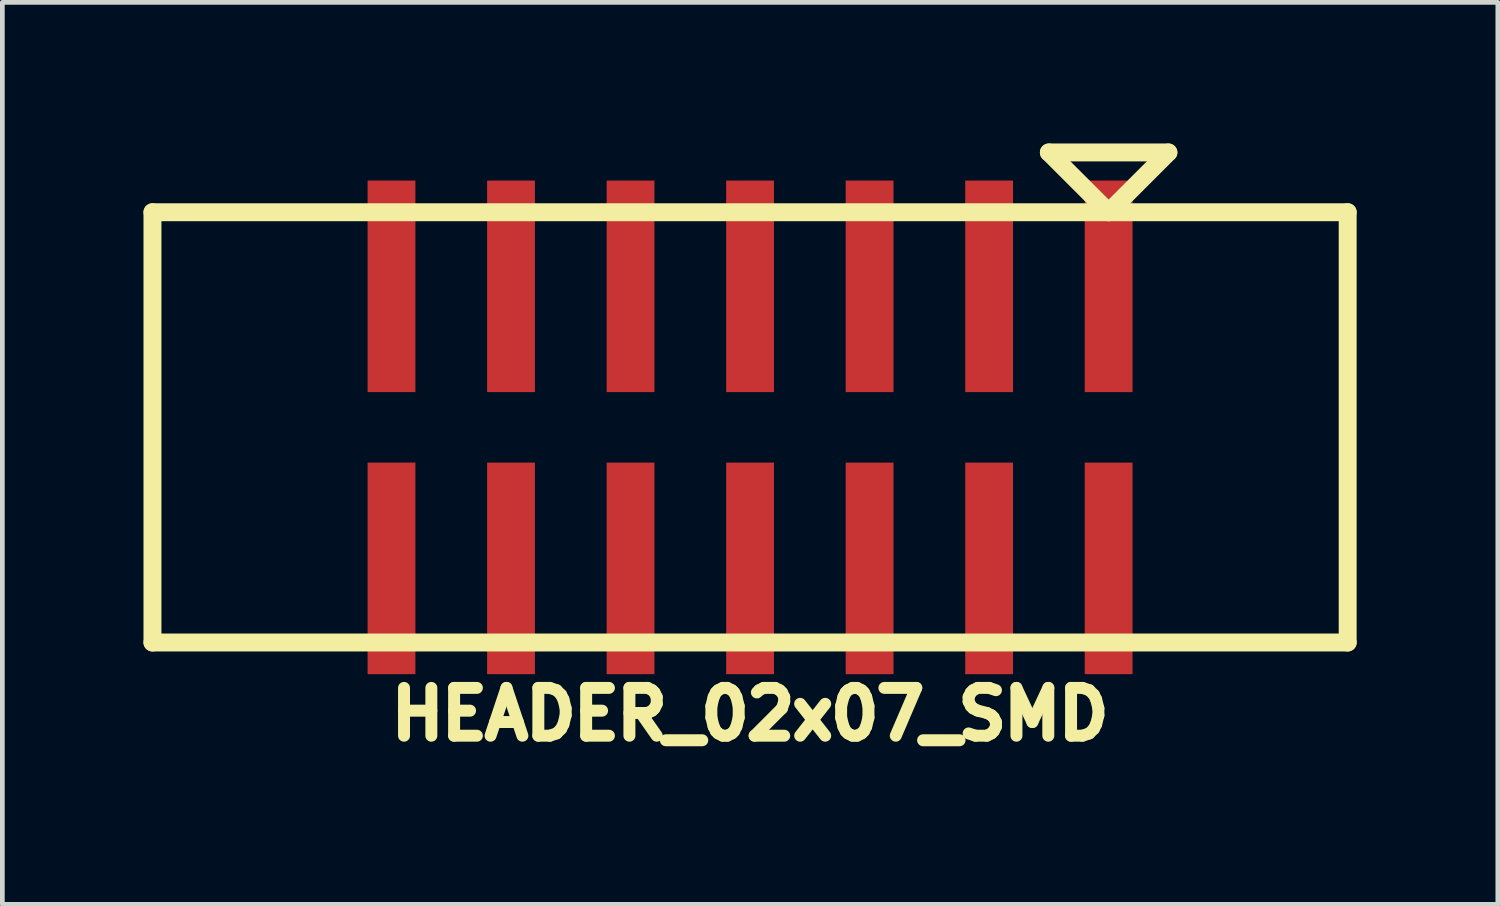
<source format=kicad_pcb>
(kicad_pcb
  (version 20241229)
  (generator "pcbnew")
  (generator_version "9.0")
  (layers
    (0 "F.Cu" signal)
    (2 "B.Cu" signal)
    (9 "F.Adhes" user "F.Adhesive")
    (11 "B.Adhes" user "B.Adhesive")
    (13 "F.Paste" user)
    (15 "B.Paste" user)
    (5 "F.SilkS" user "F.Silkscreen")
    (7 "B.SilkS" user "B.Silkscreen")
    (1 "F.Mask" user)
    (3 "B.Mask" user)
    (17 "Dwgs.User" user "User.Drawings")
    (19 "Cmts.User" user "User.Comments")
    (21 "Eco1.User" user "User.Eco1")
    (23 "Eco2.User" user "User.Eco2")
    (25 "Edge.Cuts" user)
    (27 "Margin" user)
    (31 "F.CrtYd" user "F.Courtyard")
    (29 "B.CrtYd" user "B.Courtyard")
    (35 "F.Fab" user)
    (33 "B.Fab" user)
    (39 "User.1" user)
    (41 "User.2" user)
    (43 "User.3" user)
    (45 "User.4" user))
  (footprint "HEADER_02x07_SMD"
    (layer "F.Cu")
    (at 12.89 6.032)
    (property "Reference" "HEADER_02x07_SMD" (at 0 6.096 0) (layer "F.SilkS") (effects (font (size 1.016 1.016) (thickness 0.254))))
    (attr through_hole)
    (fp_line (start -12.7 -4.572) (end -12.7 4.572) (stroke (width 0.381) (type solid)) (layer "F.SilkS"))
    (fp_line (start -12.7 -4.572) (end 12.7 -4.572) (stroke (width 0.381) (type solid)) (layer "F.SilkS"))
    (fp_line (start -12.7 4.572) (end 12.7 4.572) (stroke (width 0.381) (type solid)) (layer "F.SilkS"))
    (fp_line (start 6.35 -5.842) (end 7.62 -4.572) (stroke (width 0.381) (type solid)) (layer "F.SilkS"))
    (fp_line (start 7.62 -4.572) (end 8.89 -5.842) (stroke (width 0.381) (type solid)) (layer "F.SilkS"))
    (fp_line (start 8.89 -5.842) (end 6.35 -5.842) (stroke (width 0.381) (type solid)) (layer "F.SilkS"))
    (fp_line (start 12.7 -4.572) (end 12.7 4.572) (stroke (width 0.381) (type solid)) (layer "F.SilkS"))
    (pad "1" smd rect (at 7.62 -2.997) (size 1.016 4.496) (layers "F.Cu" "F.Mask" "F.Paste"))
    (pad "2" smd rect (at 7.62 2.997) (size 1.016 4.496) (layers "F.Cu" "F.Mask" "F.Paste"))
    (pad "3" smd rect (at 5.08 -2.997) (size 1.016 4.496) (layers "F.Cu" "F.Mask" "F.Paste"))
    (pad "4" smd rect (at 5.08 2.997) (size 1.016 4.496) (layers "F.Cu" "F.Mask" "F.Paste"))
    (pad "5" smd rect (at 2.54 -2.997) (size 1.016 4.496) (layers "F.Cu" "F.Mask" "F.Paste"))
    (pad "6" smd rect (at 2.54 2.997) (size 1.016 4.496) (layers "F.Cu" "F.Mask" "F.Paste"))
    (pad "7" smd rect (at 0 -2.997) (size 1.016 4.496) (layers "F.Cu" "F.Mask" "F.Paste"))
    (pad "8" smd rect (at 0 2.997) (size 1.016 4.496) (layers "F.Cu" "F.Mask" "F.Paste"))
    (pad "9" smd rect (at -2.54 -2.997) (size 1.016 4.496) (layers "F.Cu" "F.Mask" "F.Paste"))
    (pad "10" smd rect (at -2.54 2.997) (size 1.016 4.496) (layers "F.Cu" "F.Mask" "F.Paste"))
    (pad "11" smd rect (at -5.08 -2.997) (size 1.016 4.496) (layers "F.Cu" "F.Mask" "F.Paste"))
    (pad "12" smd rect (at -5.08 2.997) (size 1.016 4.496) (layers "F.Cu" "F.Mask" "F.Paste"))
    (pad "13" smd rect (at -7.62 -2.997) (size 1.016 4.496) (layers "F.Cu" "F.Mask" "F.Paste"))
    (pad "14" smd rect (at -7.62 2.997) (size 1.016 4.496) (layers "F.Cu" "F.Mask" "F.Paste")))
  (gr_rect
    (start -3 -3)
    (end 28.781 16.169)
    (stroke (width 0.1) (type default))
    (fill no)
    (layer "Edge.Cuts")))
</source>
